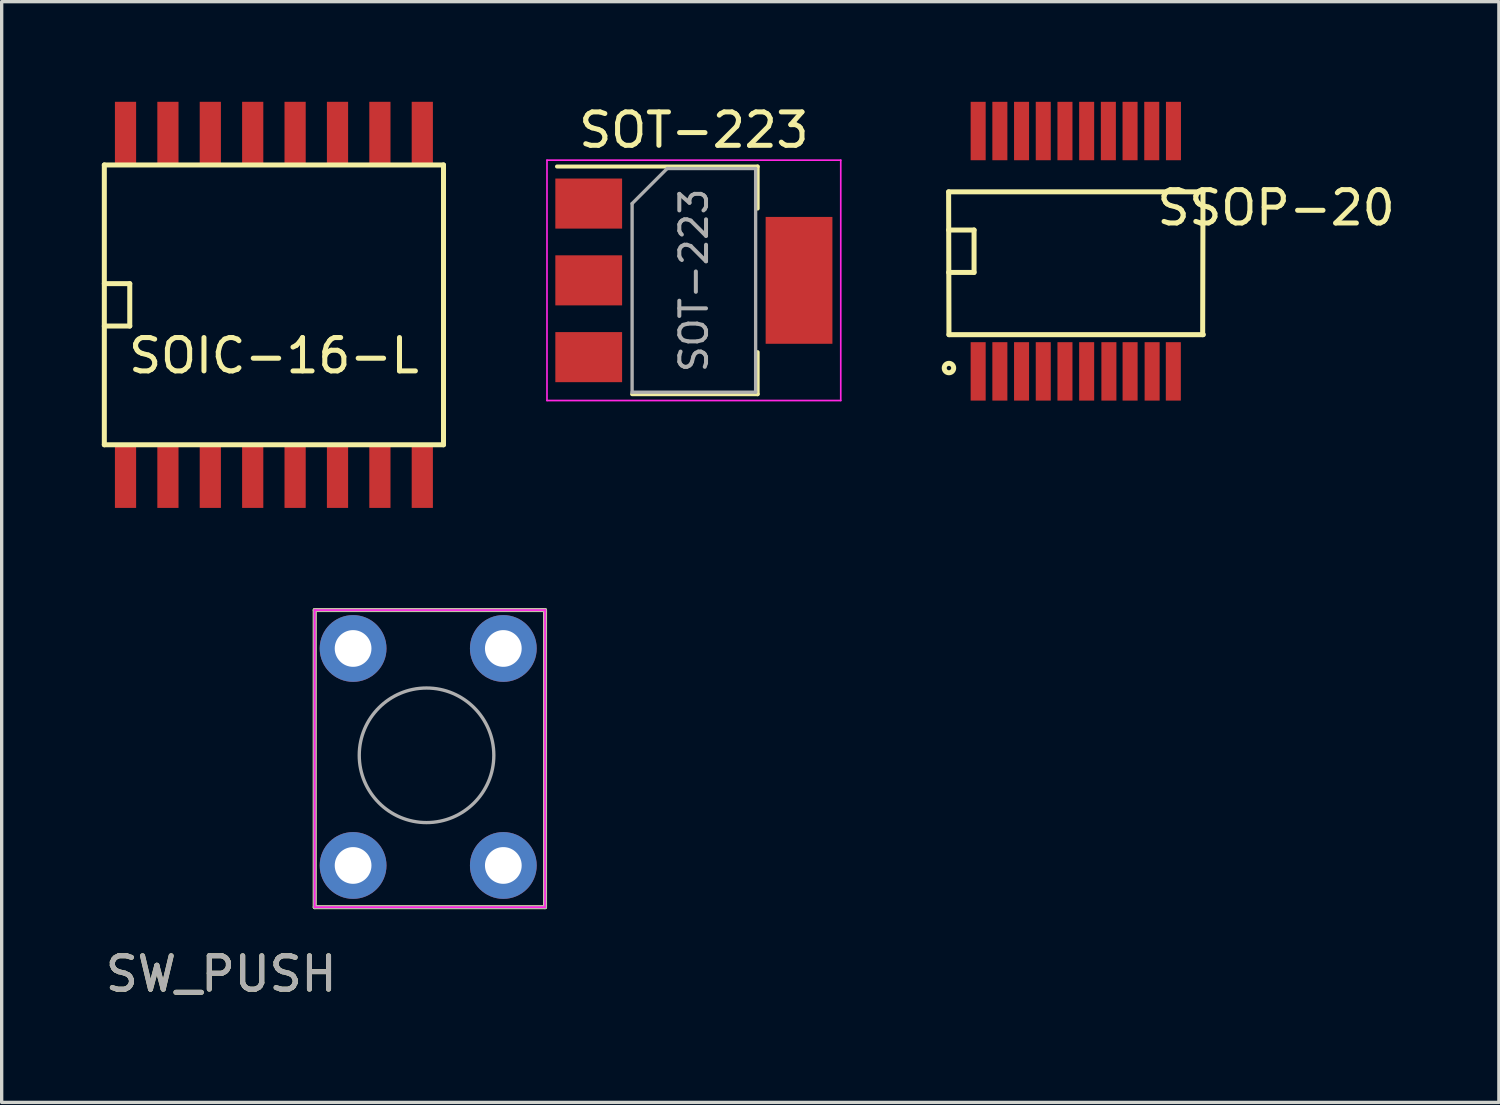
<source format=kicad_pcb>
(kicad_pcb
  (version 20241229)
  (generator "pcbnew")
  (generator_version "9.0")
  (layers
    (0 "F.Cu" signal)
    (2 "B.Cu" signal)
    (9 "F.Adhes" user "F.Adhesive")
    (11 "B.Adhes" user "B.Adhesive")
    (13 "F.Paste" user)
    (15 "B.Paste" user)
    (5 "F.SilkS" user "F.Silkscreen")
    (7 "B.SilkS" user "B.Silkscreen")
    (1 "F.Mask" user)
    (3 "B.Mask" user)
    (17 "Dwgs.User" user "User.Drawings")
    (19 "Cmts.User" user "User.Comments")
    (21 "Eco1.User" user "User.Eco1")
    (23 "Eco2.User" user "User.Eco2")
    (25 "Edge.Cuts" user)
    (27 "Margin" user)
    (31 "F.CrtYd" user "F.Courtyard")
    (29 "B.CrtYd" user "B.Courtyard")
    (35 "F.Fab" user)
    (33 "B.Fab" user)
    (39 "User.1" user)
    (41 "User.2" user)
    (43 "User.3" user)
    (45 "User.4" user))
  (footprint "SOT-223"
    (layer "F.Cu")
    (at 17.735 5.348)
    (property "Reference" "SOT-223" (at 0 -4.5 0) (layer "F.SilkS") (effects (font (size 1 1) (thickness 0.15))))
    (attr smd)
    (fp_line (start -4.1 -3.41) (end 1.91 -3.41) (stroke (width 0.12) (type solid)) (layer "F.SilkS"))
    (fp_line (start -1.85 3.41) (end 1.91 3.41) (stroke (width 0.12) (type solid)) (layer "F.SilkS"))
    (fp_line (start 1.91 -3.41) (end 1.91 -2.15) (stroke (width 0.12) (type solid)) (layer "F.SilkS"))
    (fp_line (start 1.91 3.41) (end 1.91 2.15) (stroke (width 0.12) (type solid)) (layer "F.SilkS"))
    (fp_line (start -4.4 -3.6) (end -4.4 3.6) (stroke (width 0.05) (type solid)) (layer "F.CrtYd"))
    (fp_line (start -4.4 3.6) (end 4.4 3.6) (stroke (width 0.05) (type solid)) (layer "F.CrtYd"))
    (fp_line (start 4.4 -3.6) (end -4.4 -3.6) (stroke (width 0.05) (type solid)) (layer "F.CrtYd"))
    (fp_line (start 4.4 3.6) (end 4.4 -3.6) (stroke (width 0.05) (type solid)) (layer "F.CrtYd"))
    (fp_line (start -1.85 -2.3) (end -1.85 3.35) (stroke (width 0.1) (type solid)) (layer "F.Fab"))
    (fp_line (start -1.85 -2.3) (end -0.8 -3.35) (stroke (width 0.1) (type solid)) (layer "F.Fab"))
    (fp_line (start -1.85 3.35) (end 1.85 3.35) (stroke (width 0.1) (type solid)) (layer "F.Fab"))
    (fp_line (start -0.8 -3.35) (end 1.85 -3.35) (stroke (width 0.1) (type solid)) (layer "F.Fab"))
    (fp_line (start 1.85 -3.35) (end 1.85 3.35) (stroke (width 0.1) (type solid)) (layer "F.Fab"))
    (fp_text user "${REFERENCE}" (at 0 0 90) (layer "F.Fab") (effects (font (size 0.8 0.8) (thickness 0.12))))
    (pad "1" smd rect (at -3.15 -2.3) (size 2 1.5) (layers "F.Cu" "F.Mask" "F.Paste"))
    (pad "2" smd rect (at -3.15 0) (size 2 1.5) (layers "F.Cu" "F.Mask" "F.Paste"))
    (pad "3" smd rect (at -3.15 2.3) (size 2 1.5) (layers "F.Cu" "F.Mask" "F.Paste"))
    (pad "4" smd rect (at 3.15 0) (size 2 3.8) (layers "F.Cu" "F.Mask" "F.Paste")))
  (footprint "SSOP-20"
    (layer "F.Cu")
    (at 29.176 4.475)
    (property "Reference" "SSOP-20" (at 6 -1.3 0) (layer "F.SilkS") (effects (font (size 1 1) (thickness 0.15))))
    (attr smd)
    (fp_line (start -3.81 -0.635) (end -3.048 -0.635) (stroke (width 0.15) (type solid)) (layer "F.SilkS"))
    (fp_line (start -3.8 2.5) (end -3.81 -1.778) (stroke (width 0.15) (type solid)) (layer "F.SilkS"))
    (fp_line (start -3.8 2.5) (end 3.82 2.5) (stroke (width 0.15) (type solid)) (layer "F.SilkS"))
    (fp_line (start -3.048 -0.635) (end -3.048 0.635) (stroke (width 0.15) (type solid)) (layer "F.SilkS"))
    (fp_line (start -3.048 0.635) (end -3.81 0.635) (stroke (width 0.15) (type solid)) (layer "F.SilkS"))
    (fp_line (start 3.81 -1.778) (end -3.81 -1.778) (stroke (width 0.15) (type solid)) (layer "F.SilkS"))
    (fp_line (start 3.81 -1.778) (end 3.8 2.5) (stroke (width 0.15) (type solid)) (layer "F.SilkS"))
    (fp_circle (center -3.8 3.5) (end -3.9 3.4) (stroke (width 0.15) (type solid)) (fill no) (layer "F.SilkS"))
    (pad "1" smd rect (at -2.925 3.6) (size 0.45 1.75) (layers "F.Cu" "F.Mask" "F.Paste"))
    (pad "2" smd rect (at -2.275 3.6) (size 0.45 1.75) (layers "F.Cu" "F.Mask" "F.Paste"))
    (pad "3" smd rect (at -1.625 3.6) (size 0.45 1.75) (layers "F.Cu" "F.Mask" "F.Paste"))
    (pad "4" smd rect (at -0.975 3.6) (size 0.45 1.75) (layers "F.Cu" "F.Mask" "F.Paste"))
    (pad "5" smd rect (at -0.325 3.6) (size 0.45 1.75) (layers "F.Cu" "F.Mask" "F.Paste"))
    (pad "6" smd rect (at 0.325 3.6) (size 0.45 1.75) (layers "F.Cu" "F.Mask" "F.Paste"))
    (pad "7" smd rect (at 0.991 3.6) (size 0.45 1.75) (layers "F.Cu" "F.Mask" "F.Paste"))
    (pad "8" smd rect (at 1.626 3.6) (size 0.45 1.75) (layers "F.Cu" "F.Mask" "F.Paste"))
    (pad "9" smd rect (at 2.286 3.6) (size 0.45 1.75) (layers "F.Cu" "F.Mask" "F.Paste"))
    (pad "10" smd rect (at 2.921 3.6) (size 0.45 1.75) (layers "F.Cu" "F.Mask" "F.Paste"))
    (pad "11" smd rect (at 2.925 -3.6) (size 0.45 1.75) (layers "F.Cu" "F.Mask" "F.Paste"))
    (pad "12" smd rect (at 2.275 -3.6) (size 0.45 1.75) (layers "F.Cu" "F.Mask" "F.Paste"))
    (pad "13" smd rect (at 1.625 -3.6) (size 0.45 1.75) (layers "F.Cu" "F.Mask" "F.Paste"))
    (pad "14" smd rect (at 0.975 -3.6) (size 0.45 1.75) (layers "F.Cu" "F.Mask" "F.Paste"))
    (pad "15" smd rect (at 0.325 -3.6) (size 0.45 1.75) (layers "F.Cu" "F.Mask" "F.Paste"))
    (pad "16" smd rect (at -0.325 -3.6) (size 0.45 1.75) (layers "F.Cu" "F.Mask" "F.Paste"))
    (pad "17" smd rect (at -0.975 -3.6) (size 0.45 1.75) (layers "F.Cu" "F.Mask" "F.Paste"))
    (pad "18" smd rect (at -1.625 -3.6) (size 0.45 1.75) (layers "F.Cu" "F.Mask" "F.Paste"))
    (pad "19" smd rect (at -2.275 -3.6) (size 0.45 1.75) (layers "F.Cu" "F.Mask" "F.Paste"))
    (pad "20" smd rect (at -2.925 -3.6) (size 0.45 1.75) (layers "F.Cu" "F.Mask" "F.Paste")))
  (footprint "SW_PUSH"
    (layer "F.Cu")
    (at 9.777 19.625)
    (property "Reference" "SW_PUSH" (at -6.2 6.5 0) (layer "F.SilkS") (effects (font (size 1 1) (thickness 0.15))))
    (attr through_hole)
    (fp_line (start -3.4 -4.4) (end -3.4 4.5) (stroke (width 0.12) (type solid)) (layer "F.SilkS"))
    (fp_line (start -3.4 4.5) (end 3.5 4.5) (stroke (width 0.12) (type solid)) (layer "F.SilkS"))
    (fp_line (start 3.5 -4.4) (end -3.4 -4.4) (stroke (width 0.12) (type solid)) (layer "F.SilkS"))
    (fp_line (start 3.5 4.5) (end 3.5 -4.4) (stroke (width 0.12) (type solid)) (layer "F.SilkS"))
    (fp_line (start -3.4 -4.4) (end 3.5 -4.4) (stroke (width 0.05) (type solid)) (layer "F.CrtYd"))
    (fp_line (start -3.4 4.5) (end -3.4 -4.4) (stroke (width 0.05) (type solid)) (layer "F.CrtYd"))
    (fp_line (start 3.5 -4.4) (end 3.5 4.5) (stroke (width 0.05) (type solid)) (layer "F.CrtYd"))
    (fp_line (start 3.5 4.5) (end -3.4 4.5) (stroke (width 0.05) (type solid)) (layer "F.CrtYd"))
    (fp_line (start -3.4 -4.4) (end 3.5 -4.4) (stroke (width 0.1) (type solid)) (layer "F.Fab"))
    (fp_line (start -3.4 4.5) (end -3.4 -4.4) (stroke (width 0.1) (type solid)) (layer "F.Fab"))
    (fp_line (start 3.5 -4.4) (end 3.5 4.5) (stroke (width 0.1) (type solid)) (layer "F.Fab"))
    (fp_line (start 3.5 4.5) (end -3.4 4.5) (stroke (width 0.1) (type solid)) (layer "F.Fab"))
    (fp_circle (center -0.05 -0.05) (end -2.05 0.2) (stroke (width 0.1) (type solid)) (fill no) (layer "F.Fab"))
    (fp_text user "${REFERENCE}" (at -6.2 6.5 0) (layer "F.Fab") (effects (font (size 1 1) (thickness 0.15))))
    (pad "1" thru_hole circle (at 2.25 -3.25 90) (size 2 2) (drill 1.1) (layers "*.Cu" "*.Mask"))
    (pad "2" thru_hole circle (at 2.25 3.25 90) (size 2 2) (drill 1.1) (layers "*.Cu" "*.Mask"))
    (pad "3" thru_hole circle (at -2.25 -3.25 90) (size 2 2) (drill 1.1) (layers "*.Cu" "*.Mask"))
    (pad "4" thru_hole circle (at -2.25 3.25 90) (size 2 2) (drill 1.1) (layers "*.Cu" "*.Mask")))
  (footprint "SOIC-16-L"
    (layer "F.Cu")
    (at 5.155 6.082)
    (property "Reference" "SOIC-16-L" (at 0 1.524 0) (layer "F.SilkS") (effects (font (size 1 1) (thickness 0.15))))
    (attr smd)
    (fp_line (start -5.08 -4.191) (end 5.08 -4.191) (stroke (width 0.15) (type solid)) (layer "F.SilkS"))
    (fp_line (start -5.08 -0.635) (end -4.318 -0.635) (stroke (width 0.15) (type solid)) (layer "F.SilkS"))
    (fp_line (start -5.08 4.191) (end -5.08 -4.191) (stroke (width 0.15) (type solid)) (layer "F.SilkS"))
    (fp_line (start -4.318 -0.635) (end -4.318 0.635) (stroke (width 0.15) (type solid)) (layer "F.SilkS"))
    (fp_line (start -4.318 0.635) (end -5.08 0.635) (stroke (width 0.15) (type solid)) (layer "F.SilkS"))
    (fp_line (start 5.08 -4.191) (end 5.08 4.191) (stroke (width 0.15) (type solid)) (layer "F.SilkS"))
    (fp_line (start 5.08 4.191) (end -5.08 4.191) (stroke (width 0.15) (type solid)) (layer "F.SilkS"))
    (pad "1" smd rect (at -4.445 5.13) (size 0.635 1.905) (layers "F.Cu" "F.Mask" "F.Paste"))
    (pad "2" smd rect (at -3.175 5.13) (size 0.635 1.905) (layers "F.Cu" "F.Mask" "F.Paste"))
    (pad "3" smd rect (at -1.905 5.13) (size 0.635 1.905) (layers "F.Cu" "F.Mask" "F.Paste"))
    (pad "4" smd rect (at -0.635 5.13) (size 0.635 1.905) (layers "F.Cu" "F.Mask" "F.Paste"))
    (pad "5" smd rect (at 0.635 5.13) (size 0.635 1.905) (layers "F.Cu" "F.Mask" "F.Paste"))
    (pad "6" smd rect (at 1.905 5.13) (size 0.635 1.905) (layers "F.Cu" "F.Mask" "F.Paste"))
    (pad "7" smd rect (at 3.175 5.13) (size 0.635 1.905) (layers "F.Cu" "F.Mask" "F.Paste"))
    (pad "8" smd rect (at 4.445 5.13) (size 0.635 1.905) (layers "F.Cu" "F.Mask" "F.Paste"))
    (pad "9" smd rect (at 4.445 -5.13) (size 0.635 1.905) (layers "F.Cu" "F.Mask" "F.Paste"))
    (pad "10" smd rect (at 3.175 -5.13) (size 0.635 1.905) (layers "F.Cu" "F.Mask" "F.Paste"))
    (pad "11" smd rect (at 1.905 -5.13) (size 0.635 1.905) (layers "F.Cu" "F.Mask" "F.Paste"))
    (pad "12" smd rect (at 0.635 -5.13) (size 0.635 1.905) (layers "F.Cu" "F.Mask" "F.Paste"))
    (pad "13" smd rect (at -0.635 -5.13) (size 0.635 1.905) (layers "F.Cu" "F.Mask" "F.Paste"))
    (pad "14" smd rect (at -1.905 -5.13) (size 0.635 1.905) (layers "F.Cu" "F.Mask" "F.Paste"))
    (pad "15" smd rect (at -3.175 -5.13) (size 0.635 1.905) (layers "F.Cu" "F.Mask" "F.Paste"))
    (pad "16" smd rect (at -4.445 -5.13) (size 0.635 1.905) (layers "F.Cu" "F.Mask" "F.Paste")))
  (gr_rect
    (start -3 -3)
    (end 41.849 29.973)
    (stroke (width 0.1) (type default))
    (fill no)
    (layer "Edge.Cuts")))
</source>
